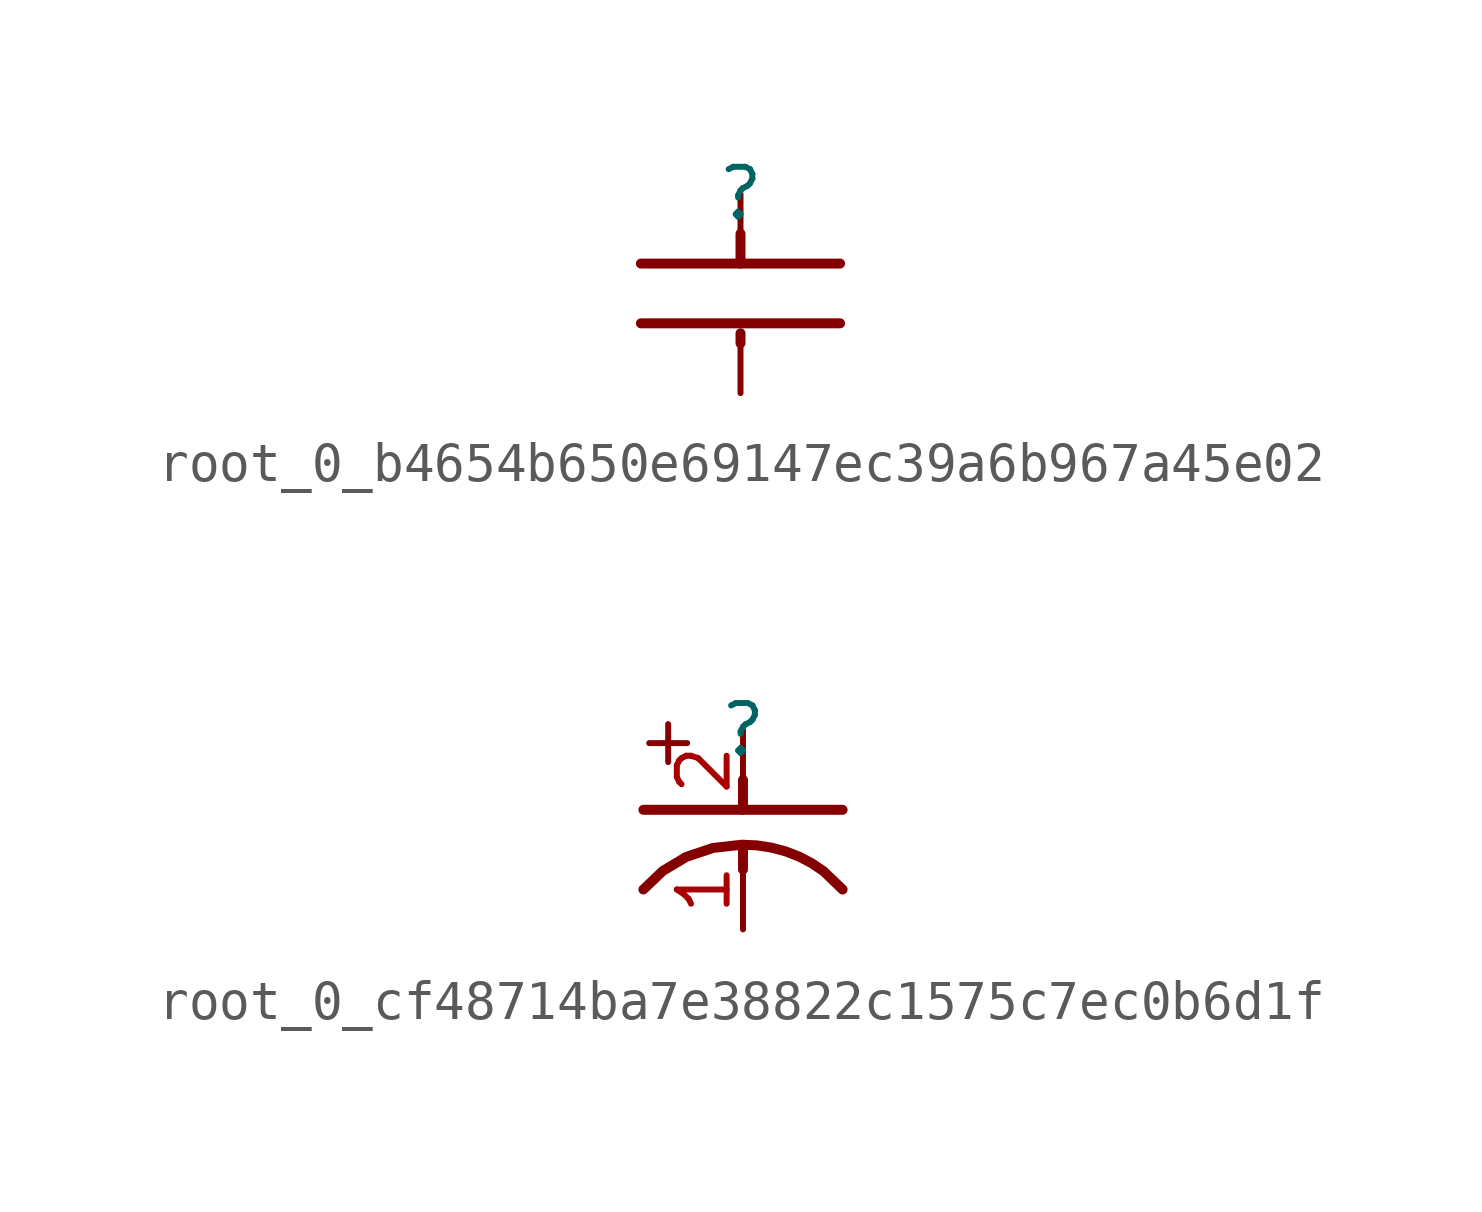
<source format=kicad_sym>
(kicad_symbol_lib
  (version 20231120)
  (generator "kicad_symbol_editor")
  (generator_version "8.0")
  (symbol "root_0_b4654b650e69147ec39a6b967a45e02"
    (property "Reference" ""
      (at 0 0 0)
      (effects (font (size 1.27 1.27))))
    (property "Value" ""
      (at 0 0 0)
      (effects (font (size 1.27 1.27))))
    (symbol "root_0_b4654b650e69147ec39a6b967a45e02_1_0"
      (polyline (pts (xy 0 -3.556) (xy 0 -3.81)) (stroke (width 0.254) (type solid)) (fill (type none)))
      (polyline (pts (xy 0 -1.778) (xy 0 -1.016)) (stroke (width 0.254) (type solid)) (fill (type none)))
      (polyline (pts (xy 2.54 -3.302) (xy -2.54 -3.302)) (stroke (width 0.254) (type solid)) (fill (type none)))
      (polyline (pts (xy 2.54 -1.778) (xy -2.54 -1.778)) (stroke (width 0.254) (type solid)) (fill (type none)))
      (pin passive line (at 0 0 270) (length 1.778) (name "1" (effects (font (size 0 0)))) (number "1" (effects (font (size 0 0)))))
      (pin passive line (at 0 -5.08 90) (length 1.524) (name "2" (effects (font (size 0 0)))) (number "2" (effects (font (size 0 0)))))))
  (symbol "root_0_cf48714ba7e38822c1575c7ec0b6d1f"
    (property "Reference" ""
      (at 0 0 0)
      (effects (font (size 1.27 1.27))))
    (property "Value" ""
      (at 0 0 0)
      (effects (font (size 1.27 1.27))))
    (symbol "root_0_cf48714ba7e38822c1575c7ec0b6d1f_1_0"
      (bezier (pts (xy -2.54 -4.064) (xy -1.27 -2.54) (xy 1.27 -2.54) (xy 2.54 -4.064)) (stroke (width 0.254) (type solid)) (fill (type none)))
      (polyline (pts (xy -2.54 -2.032) (xy 2.54 -2.032)) (stroke (width 0.254) (type solid)) (fill (type none)))
      (polyline (pts (xy 0 -3.048) (xy 0 -3.556)) (stroke (width 0.254) (type solid)) (fill (type none)))
      (polyline (pts (xy 0 -2.032) (xy 0 -1.27)) (stroke (width 0.254) (type solid)) (fill (type none)))
      (text "+" (at -2.794 0.508 0) (effects (font (size 1.27 1.27)) (justify left top)))
      (pin passive line (at 0 -5.08 90) (length 2.032) (name "C" (effects (font (size 0 0)))) (number "1" (effects (font (size 1.27 1.27)))))
      (pin passive line (at 0 0 270) (length 2.032) (name "A" (effects (font (size 0 0)))) (number "2" (effects (font (size 1.27 1.27))))))))
</source>
